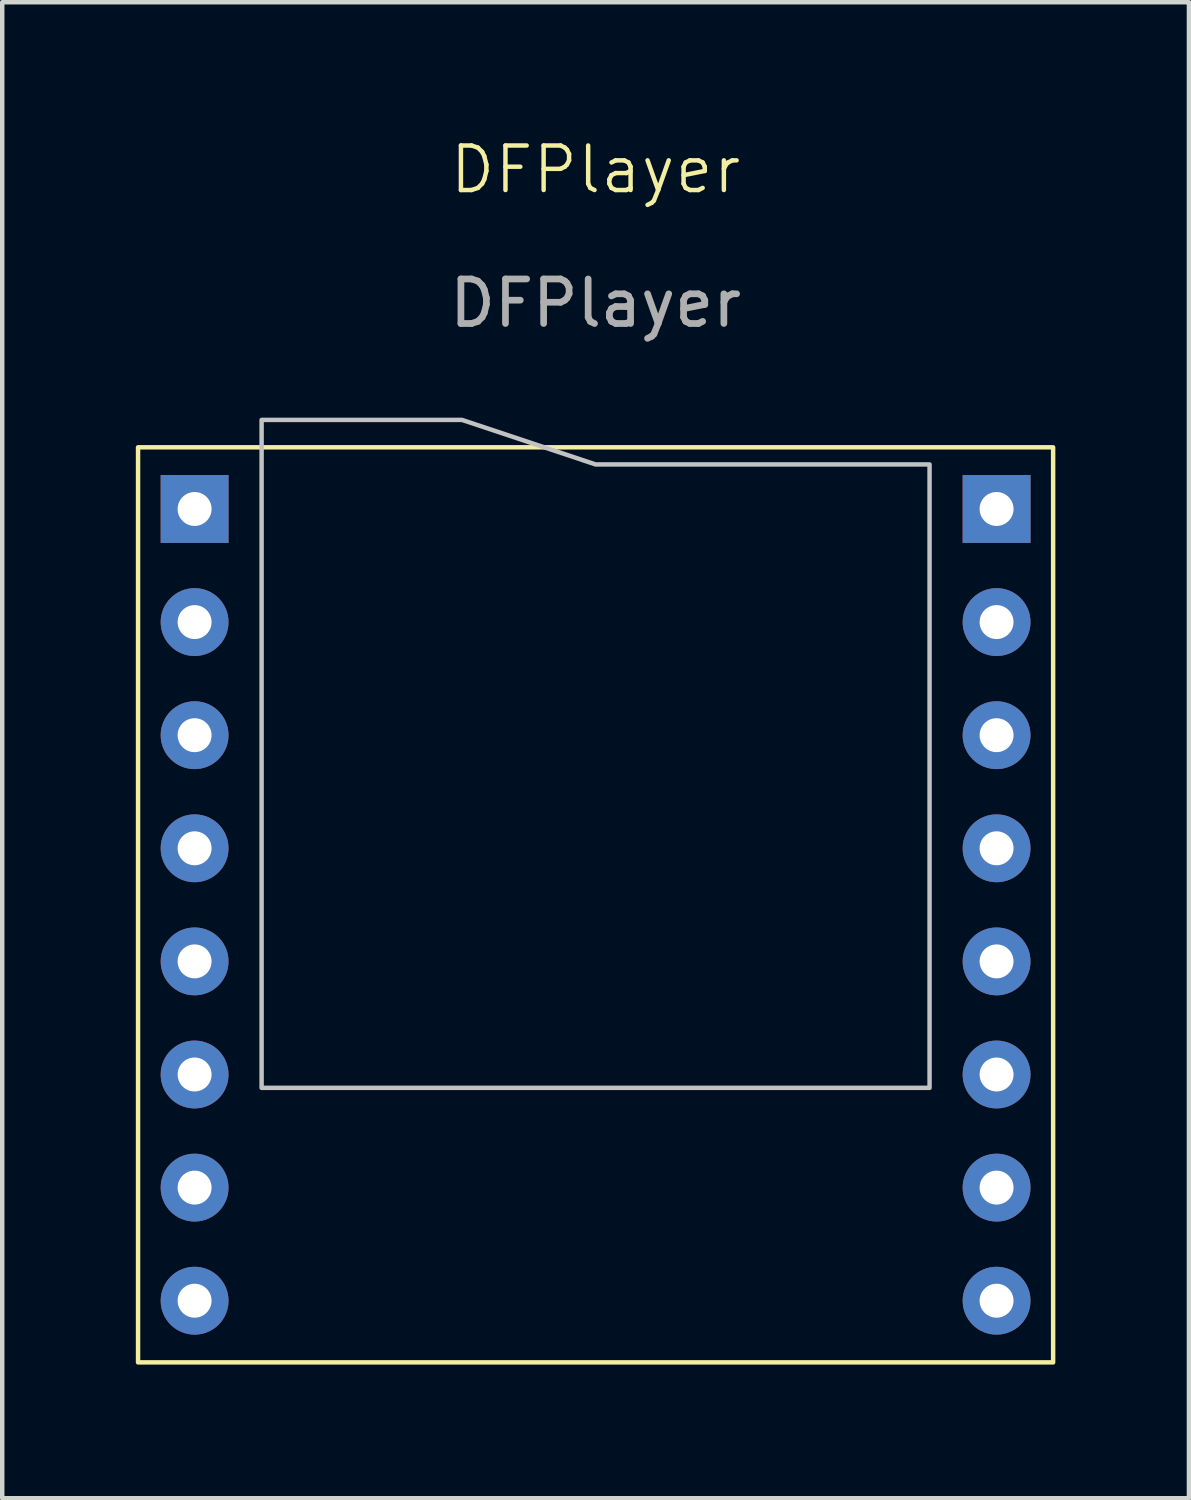
<source format=kicad_pcb>
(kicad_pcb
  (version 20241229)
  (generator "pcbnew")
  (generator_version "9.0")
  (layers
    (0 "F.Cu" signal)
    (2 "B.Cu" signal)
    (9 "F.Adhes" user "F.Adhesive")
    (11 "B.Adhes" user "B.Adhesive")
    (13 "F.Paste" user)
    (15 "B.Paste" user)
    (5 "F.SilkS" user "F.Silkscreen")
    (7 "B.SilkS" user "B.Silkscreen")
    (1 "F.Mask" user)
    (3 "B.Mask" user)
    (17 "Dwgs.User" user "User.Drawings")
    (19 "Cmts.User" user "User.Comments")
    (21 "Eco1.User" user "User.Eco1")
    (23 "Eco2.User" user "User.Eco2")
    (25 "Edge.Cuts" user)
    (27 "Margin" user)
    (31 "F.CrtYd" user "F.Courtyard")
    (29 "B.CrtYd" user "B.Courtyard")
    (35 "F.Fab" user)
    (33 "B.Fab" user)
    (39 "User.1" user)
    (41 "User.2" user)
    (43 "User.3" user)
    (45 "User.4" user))
  (footprint "DFPlayer"
    (layer "F.Cu")
    (at 10.325 8.38)
    (property "Reference" "DFPlayer" (at 0 -7.62 0) (unlocked yes) (layer "F.SilkS") (effects (font (size 1 1) (thickness 0.1))))
    (attr through_hole)
    (fp_rect (start -10.275 -1.385) (end 10.275 19.165) (stroke (width 0.1) (type solid)) (fill no) (layer "F.SilkS"))
    (fp_poly (pts (xy -7.5 -2) (xy -3 -2) (xy 0 -1) (xy 7.5 -1) (xy 7.5 13) (xy -7.5 13)) (stroke (width 0.1) (type solid)) (fill no) (layer "Dwgs.User"))
    (fp_text user "${REFERENCE}" (at 0 -4.62 0) (unlocked yes) (layer "F.Fab") (effects (font (size 1 1) (thickness 0.15))))
    (pad "1" thru_hole rect (at -9.005 0) (size 1.524 1.524) (drill 0.762) (layers "*.Cu" "*.Mask"))
    (pad "2" thru_hole circle (at -9.005 2.54) (size 1.524 1.524) (drill 0.762) (layers "*.Cu" "*.Mask"))
    (pad "3" thru_hole circle (at -9.005 5.08) (size 1.524 1.524) (drill 0.762) (layers "*.Cu" "*.Mask"))
    (pad "4" thru_hole circle (at -9.005 7.62) (size 1.524 1.524) (drill 0.762) (layers "*.Cu" "*.Mask"))
    (pad "5" thru_hole circle (at -9.005 10.16) (size 1.524 1.524) (drill 0.762) (layers "*.Cu" "*.Mask"))
    (pad "6" thru_hole circle (at -9.005 12.7) (size 1.524 1.524) (drill 0.762) (layers "*.Cu" "*.Mask"))
    (pad "7" thru_hole circle (at -9.005 15.24) (size 1.524 1.524) (drill 0.762) (layers "*.Cu" "*.Mask"))
    (pad "8" thru_hole circle (at -9.005 17.78) (size 1.524 1.524) (drill 0.762) (layers "*.Cu" "*.Mask"))
    (pad "9" thru_hole circle (at 9.005 17.78) (size 1.524 1.524) (drill 0.762) (layers "*.Cu" "*.Mask"))
    (pad "10" thru_hole circle (at 9.005 15.24) (size 1.524 1.524) (drill 0.762) (layers "*.Cu" "*.Mask"))
    (pad "11" thru_hole circle (at 9.005 12.7) (size 1.524 1.524) (drill 0.762) (layers "*.Cu" "*.Mask"))
    (pad "12" thru_hole circle (at 9.005 10.16) (size 1.524 1.524) (drill 0.762) (layers "*.Cu" "*.Mask"))
    (pad "13" thru_hole circle (at 9.005 7.62) (size 1.524 1.524) (drill 0.762) (layers "*.Cu" "*.Mask"))
    (pad "14" thru_hole circle (at 9.005 5.08) (size 1.524 1.524) (drill 0.762) (layers "*.Cu" "*.Mask"))
    (pad "15" thru_hole circle (at 9.005 2.54) (size 1.524 1.524) (drill 0.762) (layers "*.Cu" "*.Mask"))
    (pad "16" thru_hole rect (at 9.005 0) (size 1.524 1.524) (drill 0.762) (layers "*.Cu" "*.Mask")))
  (gr_rect
    (start -3 -3)
    (end 23.65 30.596)
    (stroke (width 0.1) (type default))
    (fill no)
    (layer "Edge.Cuts")))
</source>
